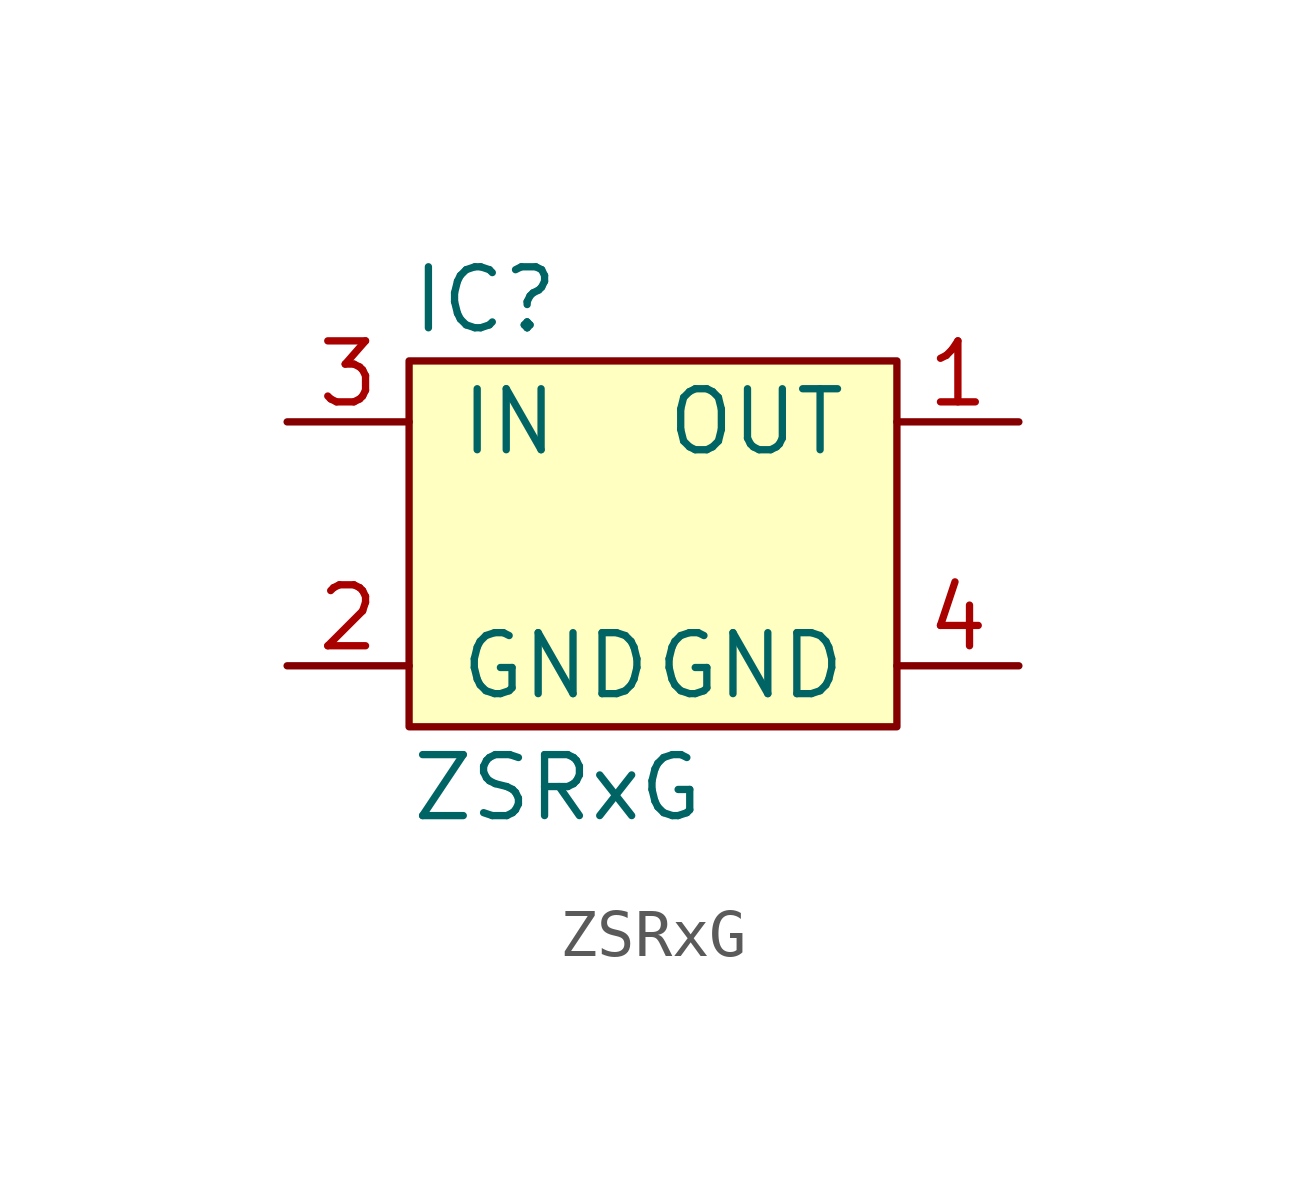
<source format=kicad_sym>
(kicad_symbol_lib
  (version 20211014)
  (generator agg_kicad.build_lib_ic)
  (symbol ZSRxG
    (pin_names
      (offset 1.016))
    (property Reference IC
      (at -5.08 5.08 0)
      (effects (font (size 1.27 1.27)) (justify left)))
    (property Value ZSRxG
      (at -5.08 -5.08 0)
      (effects (font (size 1.27 1.27)) (justify left)))
    (symbol "ZSRxG_0_0"
      (rectangle (start -5.08 3.81) (end 5.08 -3.81) (stroke (width 0) (type default) (color 0 0 0 0)) (fill (type background)))
      (pin power_in line (at -7.62 2.54 0) (length 2.54) (name IN (effects (font (size 1.27 1.27)))) (number "3" (effects (font (size 1.27 1.27)))))
      (pin power_in line (at -7.62 -2.54 0) (length 2.54) (name GND (effects (font (size 1.27 1.27)))) (number "2" (effects (font (size 1.27 1.27)))))
      (pin power_out line (at 7.62 2.54 180) (length 2.54) (name OUT (effects (font (size 1.27 1.27)))) (number "1" (effects (font (size 1.27 1.27)))))
      (pin power_in line (at 7.62 -2.54 180) (length 2.54) (name GND (effects (font (size 1.27 1.27)))) (number "4" (effects (font (size 1.27 1.27))))))))
</source>
